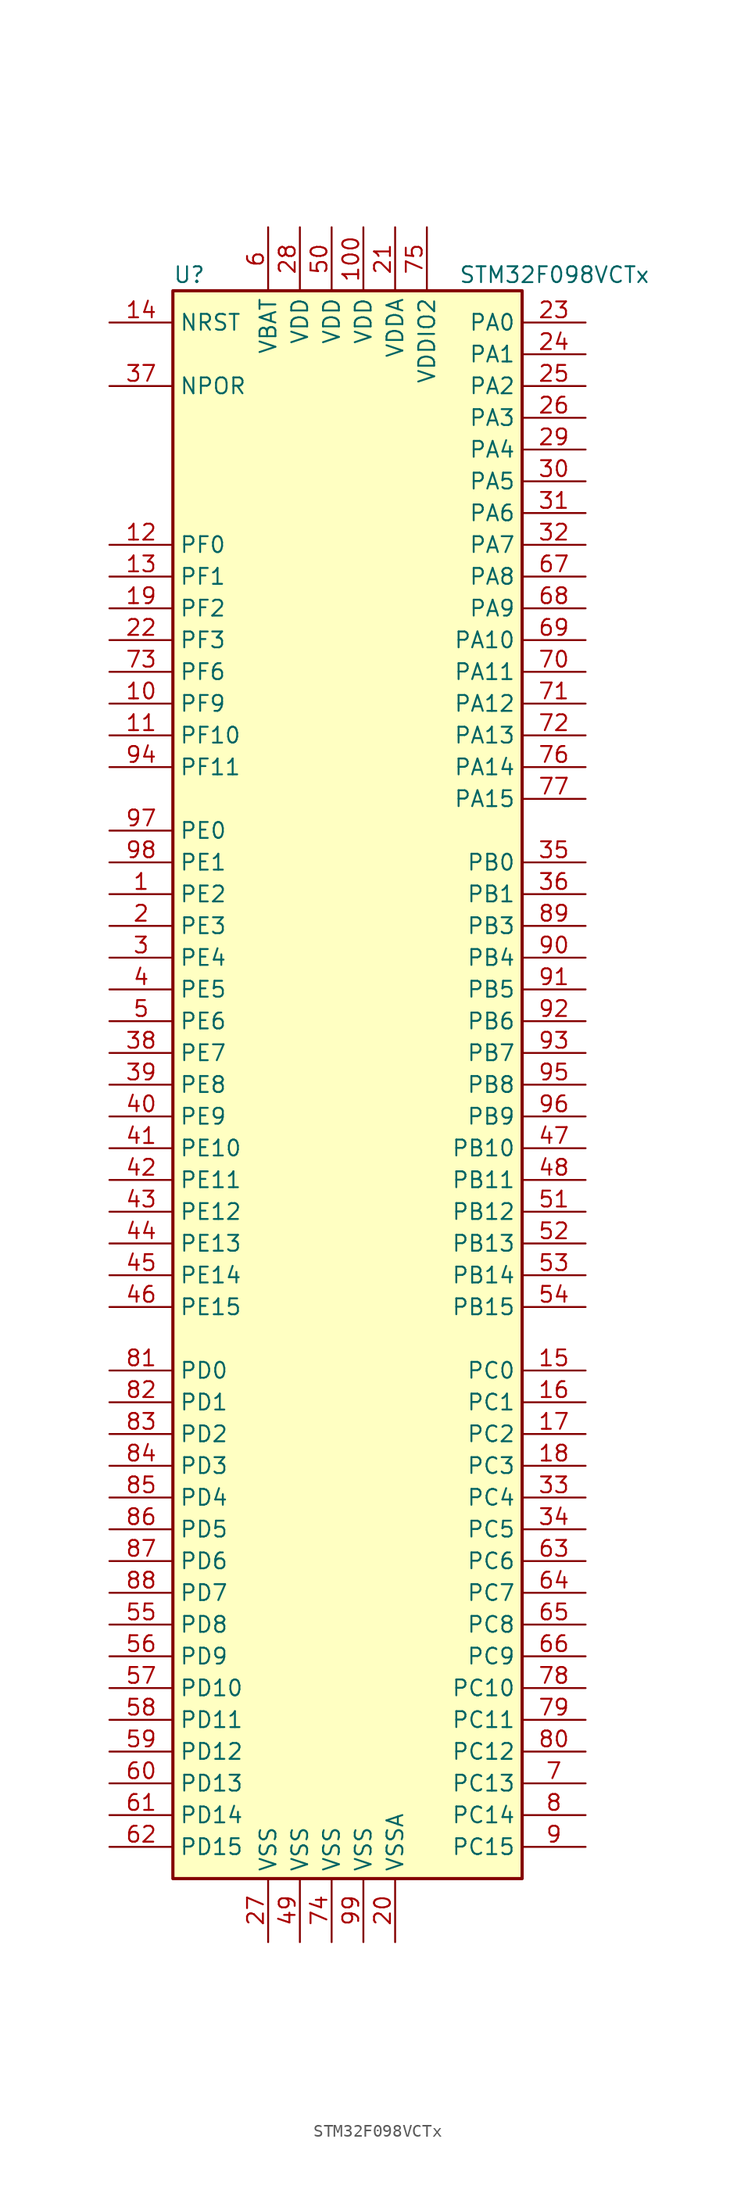
<source format=kicad_sym>
(kicad_symbol_lib
  (version 20201005)
  (generator kicad_symbol_editor)
  (symbol "STM32F098VCTx"
    (property "Reference" "U"
      (at -15.24 64.77 0)
      (effects (font (size 1.27 1.27)) (justify left)))
    (property "Value" "STM32F098VCTx"
      (at 7.62 64.77 0)
      (effects (font (size 1.27 1.27)) (justify left)))
    (symbol "STM32F098VCTx_0_1"
      (rectangle (start -15.24 -63.5) (end 12.7 63.5) (stroke (width 0.254)) (fill (type background))))
    (symbol "STM32F098VCTx_1_1"
      (pin power_in line (at -20.32 55.88 0) (length 5.08) (name "NPOR" (effects (font (size 1.27 1.27)))) (number "37" (effects (font (size 1.27 1.27)))))
      (pin input line (at -20.32 60.96 0) (length 5.08) (name "NRST" (effects (font (size 1.27 1.27)))) (number "14" (effects (font (size 1.27 1.27)))))
      (pin bidirectional line (at 17.78 60.96 180) (length 5.08) (name "PA0" (effects (font (size 1.27 1.27)))) (number "23" (effects (font (size 1.27 1.27)))))
      (pin bidirectional line (at 17.78 58.42 180) (length 5.08) (name "PA1" (effects (font (size 1.27 1.27)))) (number "24" (effects (font (size 1.27 1.27)))))
      (pin bidirectional line (at 17.78 35.56 180) (length 5.08) (name "PA10" (effects (font (size 1.27 1.27)))) (number "69" (effects (font (size 1.27 1.27)))))
      (pin bidirectional line (at 17.78 33.02 180) (length 5.08) (name "PA11" (effects (font (size 1.27 1.27)))) (number "70" (effects (font (size 1.27 1.27)))))
      (pin bidirectional line (at 17.78 30.48 180) (length 5.08) (name "PA12" (effects (font (size 1.27 1.27)))) (number "71" (effects (font (size 1.27 1.27)))))
      (pin bidirectional line (at 17.78 27.94 180) (length 5.08) (name "PA13" (effects (font (size 1.27 1.27)))) (number "72" (effects (font (size 1.27 1.27)))))
      (pin bidirectional line (at 17.78 25.4 180) (length 5.08) (name "PA14" (effects (font (size 1.27 1.27)))) (number "76" (effects (font (size 1.27 1.27)))))
      (pin bidirectional line (at 17.78 22.86 180) (length 5.08) (name "PA15" (effects (font (size 1.27 1.27)))) (number "77" (effects (font (size 1.27 1.27)))))
      (pin bidirectional line (at 17.78 55.88 180) (length 5.08) (name "PA2" (effects (font (size 1.27 1.27)))) (number "25" (effects (font (size 1.27 1.27)))))
      (pin bidirectional line (at 17.78 53.34 180) (length 5.08) (name "PA3" (effects (font (size 1.27 1.27)))) (number "26" (effects (font (size 1.27 1.27)))))
      (pin bidirectional line (at 17.78 50.8 180) (length 5.08) (name "PA4" (effects (font (size 1.27 1.27)))) (number "29" (effects (font (size 1.27 1.27)))))
      (pin bidirectional line (at 17.78 48.26 180) (length 5.08) (name "PA5" (effects (font (size 1.27 1.27)))) (number "30" (effects (font (size 1.27 1.27)))))
      (pin bidirectional line (at 17.78 45.72 180) (length 5.08) (name "PA6" (effects (font (size 1.27 1.27)))) (number "31" (effects (font (size 1.27 1.27)))))
      (pin bidirectional line (at 17.78 43.18 180) (length 5.08) (name "PA7" (effects (font (size 1.27 1.27)))) (number "32" (effects (font (size 1.27 1.27)))))
      (pin bidirectional line (at 17.78 40.64 180) (length 5.08) (name "PA8" (effects (font (size 1.27 1.27)))) (number "67" (effects (font (size 1.27 1.27)))))
      (pin bidirectional line (at 17.78 38.1 180) (length 5.08) (name "PA9" (effects (font (size 1.27 1.27)))) (number "68" (effects (font (size 1.27 1.27)))))
      (pin bidirectional line (at 17.78 17.78 180) (length 5.08) (name "PB0" (effects (font (size 1.27 1.27)))) (number "35" (effects (font (size 1.27 1.27)))))
      (pin bidirectional line (at 17.78 15.24 180) (length 5.08) (name "PB1" (effects (font (size 1.27 1.27)))) (number "36" (effects (font (size 1.27 1.27)))))
      (pin bidirectional line (at 17.78 -5.08 180) (length 5.08) (name "PB10" (effects (font (size 1.27 1.27)))) (number "47" (effects (font (size 1.27 1.27)))))
      (pin bidirectional line (at 17.78 -7.62 180) (length 5.08) (name "PB11" (effects (font (size 1.27 1.27)))) (number "48" (effects (font (size 1.27 1.27)))))
      (pin bidirectional line (at 17.78 -10.16 180) (length 5.08) (name "PB12" (effects (font (size 1.27 1.27)))) (number "51" (effects (font (size 1.27 1.27)))))
      (pin bidirectional line (at 17.78 -12.7 180) (length 5.08) (name "PB13" (effects (font (size 1.27 1.27)))) (number "52" (effects (font (size 1.27 1.27)))))
      (pin bidirectional line (at 17.78 -15.24 180) (length 5.08) (name "PB14" (effects (font (size 1.27 1.27)))) (number "53" (effects (font (size 1.27 1.27)))))
      (pin bidirectional line (at 17.78 -17.78 180) (length 5.08) (name "PB15" (effects (font (size 1.27 1.27)))) (number "54" (effects (font (size 1.27 1.27)))))
      (pin bidirectional line (at 17.78 12.7 180) (length 5.08) (name "PB3" (effects (font (size 1.27 1.27)))) (number "89" (effects (font (size 1.27 1.27)))))
      (pin bidirectional line (at 17.78 10.16 180) (length 5.08) (name "PB4" (effects (font (size 1.27 1.27)))) (number "90" (effects (font (size 1.27 1.27)))))
      (pin bidirectional line (at 17.78 7.62 180) (length 5.08) (name "PB5" (effects (font (size 1.27 1.27)))) (number "91" (effects (font (size 1.27 1.27)))))
      (pin bidirectional line (at 17.78 5.08 180) (length 5.08) (name "PB6" (effects (font (size 1.27 1.27)))) (number "92" (effects (font (size 1.27 1.27)))))
      (pin bidirectional line (at 17.78 2.54 180) (length 5.08) (name "PB7" (effects (font (size 1.27 1.27)))) (number "93" (effects (font (size 1.27 1.27)))))
      (pin bidirectional line (at 17.78 0 180) (length 5.08) (name "PB8" (effects (font (size 1.27 1.27)))) (number "95" (effects (font (size 1.27 1.27)))))
      (pin bidirectional line (at 17.78 -2.54 180) (length 5.08) (name "PB9" (effects (font (size 1.27 1.27)))) (number "96" (effects (font (size 1.27 1.27)))))
      (pin bidirectional line (at 17.78 -22.86 180) (length 5.08) (name "PC0" (effects (font (size 1.27 1.27)))) (number "15" (effects (font (size 1.27 1.27)))))
      (pin bidirectional line (at 17.78 -25.4 180) (length 5.08) (name "PC1" (effects (font (size 1.27 1.27)))) (number "16" (effects (font (size 1.27 1.27)))))
      (pin bidirectional line (at 17.78 -48.26 180) (length 5.08) (name "PC10" (effects (font (size 1.27 1.27)))) (number "78" (effects (font (size 1.27 1.27)))))
      (pin bidirectional line (at 17.78 -50.8 180) (length 5.08) (name "PC11" (effects (font (size 1.27 1.27)))) (number "79" (effects (font (size 1.27 1.27)))))
      (pin bidirectional line (at 17.78 -53.34 180) (length 5.08) (name "PC12" (effects (font (size 1.27 1.27)))) (number "80" (effects (font (size 1.27 1.27)))))
      (pin bidirectional line (at 17.78 -55.88 180) (length 5.08) (name "PC13" (effects (font (size 1.27 1.27)))) (number "7" (effects (font (size 1.27 1.27)))))
      (pin bidirectional line (at 17.78 -58.42 180) (length 5.08) (name "PC14" (effects (font (size 1.27 1.27)))) (number "8" (effects (font (size 1.27 1.27)))))
      (pin bidirectional line (at 17.78 -60.96 180) (length 5.08) (name "PC15" (effects (font (size 1.27 1.27)))) (number "9" (effects (font (size 1.27 1.27)))))
      (pin bidirectional line (at 17.78 -27.94 180) (length 5.08) (name "PC2" (effects (font (size 1.27 1.27)))) (number "17" (effects (font (size 1.27 1.27)))))
      (pin bidirectional line (at 17.78 -30.48 180) (length 5.08) (name "PC3" (effects (font (size 1.27 1.27)))) (number "18" (effects (font (size 1.27 1.27)))))
      (pin bidirectional line (at 17.78 -33.02 180) (length 5.08) (name "PC4" (effects (font (size 1.27 1.27)))) (number "33" (effects (font (size 1.27 1.27)))))
      (pin bidirectional line (at 17.78 -35.56 180) (length 5.08) (name "PC5" (effects (font (size 1.27 1.27)))) (number "34" (effects (font (size 1.27 1.27)))))
      (pin bidirectional line (at 17.78 -38.1 180) (length 5.08) (name "PC6" (effects (font (size 1.27 1.27)))) (number "63" (effects (font (size 1.27 1.27)))))
      (pin bidirectional line (at 17.78 -40.64 180) (length 5.08) (name "PC7" (effects (font (size 1.27 1.27)))) (number "64" (effects (font (size 1.27 1.27)))))
      (pin bidirectional line (at 17.78 -43.18 180) (length 5.08) (name "PC8" (effects (font (size 1.27 1.27)))) (number "65" (effects (font (size 1.27 1.27)))))
      (pin bidirectional line (at 17.78 -45.72 180) (length 5.08) (name "PC9" (effects (font (size 1.27 1.27)))) (number "66" (effects (font (size 1.27 1.27)))))
      (pin bidirectional line (at -20.32 -22.86 0) (length 5.08) (name "PD0" (effects (font (size 1.27 1.27)))) (number "81" (effects (font (size 1.27 1.27)))))
      (pin bidirectional line (at -20.32 -25.4 0) (length 5.08) (name "PD1" (effects (font (size 1.27 1.27)))) (number "82" (effects (font (size 1.27 1.27)))))
      (pin bidirectional line (at -20.32 -48.26 0) (length 5.08) (name "PD10" (effects (font (size 1.27 1.27)))) (number "57" (effects (font (size 1.27 1.27)))))
      (pin bidirectional line (at -20.32 -50.8 0) (length 5.08) (name "PD11" (effects (font (size 1.27 1.27)))) (number "58" (effects (font (size 1.27 1.27)))))
      (pin bidirectional line (at -20.32 -53.34 0) (length 5.08) (name "PD12" (effects (font (size 1.27 1.27)))) (number "59" (effects (font (size 1.27 1.27)))))
      (pin bidirectional line (at -20.32 -55.88 0) (length 5.08) (name "PD13" (effects (font (size 1.27 1.27)))) (number "60" (effects (font (size 1.27 1.27)))))
      (pin bidirectional line (at -20.32 -58.42 0) (length 5.08) (name "PD14" (effects (font (size 1.27 1.27)))) (number "61" (effects (font (size 1.27 1.27)))))
      (pin bidirectional line (at -20.32 -60.96 0) (length 5.08) (name "PD15" (effects (font (size 1.27 1.27)))) (number "62" (effects (font (size 1.27 1.27)))))
      (pin bidirectional line (at -20.32 -27.94 0) (length 5.08) (name "PD2" (effects (font (size 1.27 1.27)))) (number "83" (effects (font (size 1.27 1.27)))))
      (pin bidirectional line (at -20.32 -30.48 0) (length 5.08) (name "PD3" (effects (font (size 1.27 1.27)))) (number "84" (effects (font (size 1.27 1.27)))))
      (pin bidirectional line (at -20.32 -33.02 0) (length 5.08) (name "PD4" (effects (font (size 1.27 1.27)))) (number "85" (effects (font (size 1.27 1.27)))))
      (pin bidirectional line (at -20.32 -35.56 0) (length 5.08) (name "PD5" (effects (font (size 1.27 1.27)))) (number "86" (effects (font (size 1.27 1.27)))))
      (pin bidirectional line (at -20.32 -38.1 0) (length 5.08) (name "PD6" (effects (font (size 1.27 1.27)))) (number "87" (effects (font (size 1.27 1.27)))))
      (pin bidirectional line (at -20.32 -40.64 0) (length 5.08) (name "PD7" (effects (font (size 1.27 1.27)))) (number "88" (effects (font (size 1.27 1.27)))))
      (pin bidirectional line (at -20.32 -43.18 0) (length 5.08) (name "PD8" (effects (font (size 1.27 1.27)))) (number "55" (effects (font (size 1.27 1.27)))))
      (pin bidirectional line (at -20.32 -45.72 0) (length 5.08) (name "PD9" (effects (font (size 1.27 1.27)))) (number "56" (effects (font (size 1.27 1.27)))))
      (pin bidirectional line (at -20.32 20.32 0) (length 5.08) (name "PE0" (effects (font (size 1.27 1.27)))) (number "97" (effects (font (size 1.27 1.27)))))
      (pin bidirectional line (at -20.32 17.78 0) (length 5.08) (name "PE1" (effects (font (size 1.27 1.27)))) (number "98" (effects (font (size 1.27 1.27)))))
      (pin bidirectional line (at -20.32 -5.08 0) (length 5.08) (name "PE10" (effects (font (size 1.27 1.27)))) (number "41" (effects (font (size 1.27 1.27)))))
      (pin bidirectional line (at -20.32 -7.62 0) (length 5.08) (name "PE11" (effects (font (size 1.27 1.27)))) (number "42" (effects (font (size 1.27 1.27)))))
      (pin bidirectional line (at -20.32 -10.16 0) (length 5.08) (name "PE12" (effects (font (size 1.27 1.27)))) (number "43" (effects (font (size 1.27 1.27)))))
      (pin bidirectional line (at -20.32 -12.7 0) (length 5.08) (name "PE13" (effects (font (size 1.27 1.27)))) (number "44" (effects (font (size 1.27 1.27)))))
      (pin bidirectional line (at -20.32 -15.24 0) (length 5.08) (name "PE14" (effects (font (size 1.27 1.27)))) (number "45" (effects (font (size 1.27 1.27)))))
      (pin bidirectional line (at -20.32 -17.78 0) (length 5.08) (name "PE15" (effects (font (size 1.27 1.27)))) (number "46" (effects (font (size 1.27 1.27)))))
      (pin bidirectional line (at -20.32 15.24 0) (length 5.08) (name "PE2" (effects (font (size 1.27 1.27)))) (number "1" (effects (font (size 1.27 1.27)))))
      (pin bidirectional line (at -20.32 12.7 0) (length 5.08) (name "PE3" (effects (font (size 1.27 1.27)))) (number "2" (effects (font (size 1.27 1.27)))))
      (pin bidirectional line (at -20.32 10.16 0) (length 5.08) (name "PE4" (effects (font (size 1.27 1.27)))) (number "3" (effects (font (size 1.27 1.27)))))
      (pin bidirectional line (at -20.32 7.62 0) (length 5.08) (name "PE5" (effects (font (size 1.27 1.27)))) (number "4" (effects (font (size 1.27 1.27)))))
      (pin bidirectional line (at -20.32 5.08 0) (length 5.08) (name "PE6" (effects (font (size 1.27 1.27)))) (number "5" (effects (font (size 1.27 1.27)))))
      (pin bidirectional line (at -20.32 2.54 0) (length 5.08) (name "PE7" (effects (font (size 1.27 1.27)))) (number "38" (effects (font (size 1.27 1.27)))))
      (pin bidirectional line (at -20.32 0 0) (length 5.08) (name "PE8" (effects (font (size 1.27 1.27)))) (number "39" (effects (font (size 1.27 1.27)))))
      (pin bidirectional line (at -20.32 -2.54 0) (length 5.08) (name "PE9" (effects (font (size 1.27 1.27)))) (number "40" (effects (font (size 1.27 1.27)))))
      (pin input line (at -20.32 43.18 0) (length 5.08) (name "PF0" (effects (font (size 1.27 1.27)))) (number "12" (effects (font (size 1.27 1.27)))))
      (pin input line (at -20.32 40.64 0) (length 5.08) (name "PF1" (effects (font (size 1.27 1.27)))) (number "13" (effects (font (size 1.27 1.27)))))
      (pin bidirectional line (at -20.32 27.94 0) (length 5.08) (name "PF10" (effects (font (size 1.27 1.27)))) (number "11" (effects (font (size 1.27 1.27)))))
      (pin bidirectional line (at -20.32 25.4 0) (length 5.08) (name "PF11" (effects (font (size 1.27 1.27)))) (number "94" (effects (font (size 1.27 1.27)))))
      (pin bidirectional line (at -20.32 38.1 0) (length 5.08) (name "PF2" (effects (font (size 1.27 1.27)))) (number "19" (effects (font (size 1.27 1.27)))))
      (pin bidirectional line (at -20.32 35.56 0) (length 5.08) (name "PF3" (effects (font (size 1.27 1.27)))) (number "22" (effects (font (size 1.27 1.27)))))
      (pin bidirectional line (at -20.32 33.02 0) (length 5.08) (name "PF6" (effects (font (size 1.27 1.27)))) (number "73" (effects (font (size 1.27 1.27)))))
      (pin bidirectional line (at -20.32 30.48 0) (length 5.08) (name "PF9" (effects (font (size 1.27 1.27)))) (number "10" (effects (font (size 1.27 1.27)))))
      (pin power_in line (at -7.62 68.58 270) (length 5.08) (name "VBAT" (effects (font (size 1.27 1.27)))) (number "6" (effects (font (size 1.27 1.27)))))
      (pin power_in line (at 0 68.58 270) (length 5.08) (name "VDD" (effects (font (size 1.27 1.27)))) (number "100" (effects (font (size 1.27 1.27)))))
      (pin power_in line (at -5.08 68.58 270) (length 5.08) (name "VDD" (effects (font (size 1.27 1.27)))) (number "28" (effects (font (size 1.27 1.27)))))
      (pin power_in line (at -2.54 68.58 270) (length 5.08) (name "VDD" (effects (font (size 1.27 1.27)))) (number "50" (effects (font (size 1.27 1.27)))))
      (pin power_in line (at 2.54 68.58 270) (length 5.08) (name "VDDA" (effects (font (size 1.27 1.27)))) (number "21" (effects (font (size 1.27 1.27)))))
      (pin power_in line (at 5.08 68.58 270) (length 5.08) (name "VDDIO2" (effects (font (size 1.27 1.27)))) (number "75" (effects (font (size 1.27 1.27)))))
      (pin power_in line (at -7.62 -68.58 90) (length 5.08) (name "VSS" (effects (font (size 1.27 1.27)))) (number "27" (effects (font (size 1.27 1.27)))))
      (pin power_in line (at -5.08 -68.58 90) (length 5.08) (name "VSS" (effects (font (size 1.27 1.27)))) (number "49" (effects (font (size 1.27 1.27)))))
      (pin power_in line (at -2.54 -68.58 90) (length 5.08) (name "VSS" (effects (font (size 1.27 1.27)))) (number "74" (effects (font (size 1.27 1.27)))))
      (pin power_in line (at 0 -68.58 90) (length 5.08) (name "VSS" (effects (font (size 1.27 1.27)))) (number "99" (effects (font (size 1.27 1.27)))))
      (pin power_in line (at 2.54 -68.58 90) (length 5.08) (name "VSSA" (effects (font (size 1.27 1.27)))) (number "20" (effects (font (size 1.27 1.27))))))))
</source>
